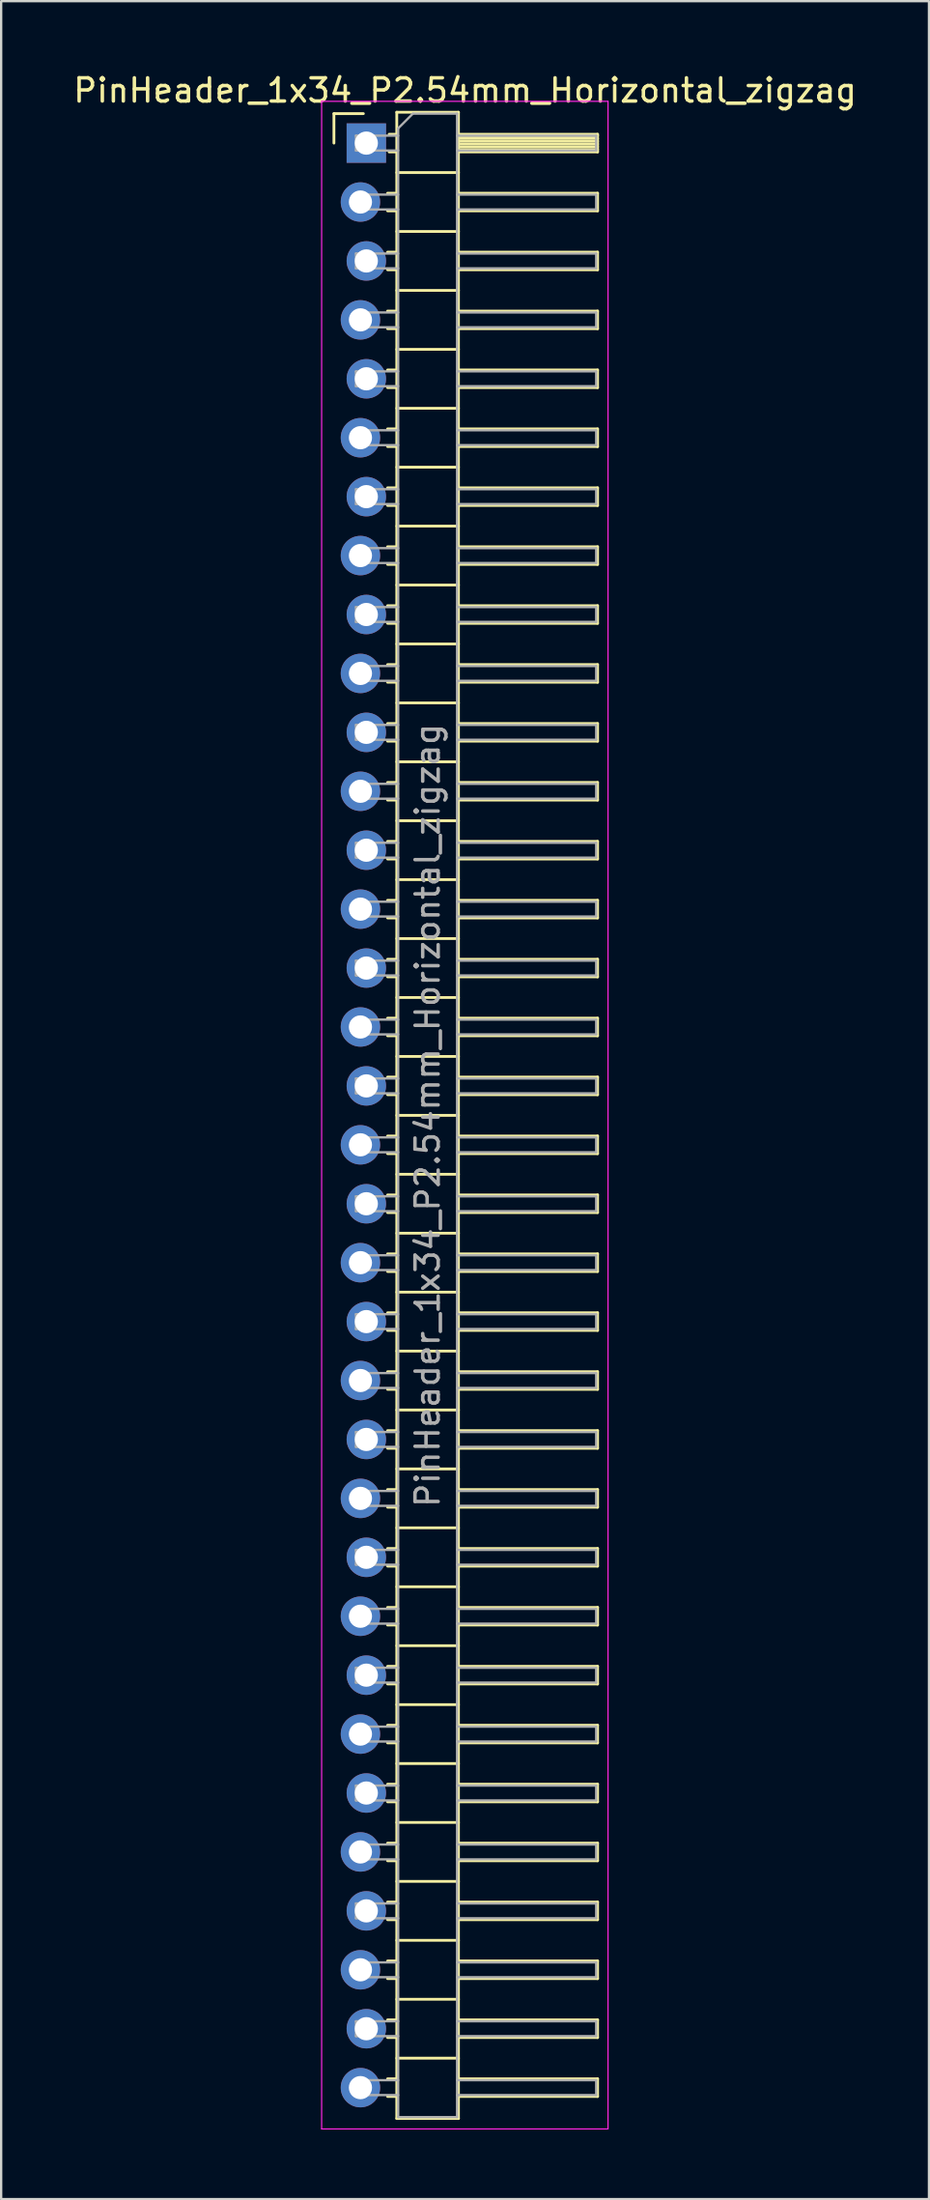
<source format=kicad_pcb>
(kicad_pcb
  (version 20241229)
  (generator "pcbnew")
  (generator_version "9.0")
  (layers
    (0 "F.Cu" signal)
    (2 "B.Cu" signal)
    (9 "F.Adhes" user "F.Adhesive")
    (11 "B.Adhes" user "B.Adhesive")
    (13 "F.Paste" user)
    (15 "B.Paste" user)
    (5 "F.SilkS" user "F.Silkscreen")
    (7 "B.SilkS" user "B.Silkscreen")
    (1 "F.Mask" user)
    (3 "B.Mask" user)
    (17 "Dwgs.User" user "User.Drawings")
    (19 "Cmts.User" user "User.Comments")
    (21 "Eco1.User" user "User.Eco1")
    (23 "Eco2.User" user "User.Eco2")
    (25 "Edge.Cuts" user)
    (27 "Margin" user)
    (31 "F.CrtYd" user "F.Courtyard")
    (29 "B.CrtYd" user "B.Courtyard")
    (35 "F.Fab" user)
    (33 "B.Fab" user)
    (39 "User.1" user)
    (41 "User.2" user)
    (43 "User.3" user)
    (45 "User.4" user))
  (footprint "PinHeader_1x34_P2.54mm_Horizontal_zigzag"
    (layer "F.Cu")
    (at 12.621 3.118)
    (property "Reference" "PinHeader_1x34_P2.54mm_Horizontal_zigzag" (at 4.385 -2.27 0) (layer "F.SilkS") (effects (font (size 1 1) (thickness 0.15))))
    (attr through_hole)
    (fp_line (start -1.27 -1.27) (end 0 -1.27) (stroke (width 0.12) (type solid)) (layer "F.SilkS"))
    (fp_line (start -1.27 0) (end -1.27 -1.27) (stroke (width 0.12) (type solid)) (layer "F.SilkS"))
    (fp_line (start 1.043 2.16) (end 1.44 2.16) (stroke (width 0.12) (type solid)) (layer "F.SilkS"))
    (fp_line (start 1.043 2.92) (end 1.44 2.92) (stroke (width 0.12) (type solid)) (layer "F.SilkS"))
    (fp_line (start 1.043 4.7) (end 1.44 4.7) (stroke (width 0.12) (type solid)) (layer "F.SilkS"))
    (fp_line (start 1.043 5.46) (end 1.44 5.46) (stroke (width 0.12) (type solid)) (layer "F.SilkS"))
    (fp_line (start 1.043 7.24) (end 1.44 7.24) (stroke (width 0.12) (type solid)) (layer "F.SilkS"))
    (fp_line (start 1.043 8) (end 1.44 8) (stroke (width 0.12) (type solid)) (layer "F.SilkS"))
    (fp_line (start 1.043 9.78) (end 1.44 9.78) (stroke (width 0.12) (type solid)) (layer "F.SilkS"))
    (fp_line (start 1.043 10.54) (end 1.44 10.54) (stroke (width 0.12) (type solid)) (layer "F.SilkS"))
    (fp_line (start 1.043 12.32) (end 1.44 12.32) (stroke (width 0.12) (type solid)) (layer "F.SilkS"))
    (fp_line (start 1.043 13.08) (end 1.44 13.08) (stroke (width 0.12) (type solid)) (layer "F.SilkS"))
    (fp_line (start 1.043 14.86) (end 1.44 14.86) (stroke (width 0.12) (type solid)) (layer "F.SilkS"))
    (fp_line (start 1.043 15.62) (end 1.44 15.62) (stroke (width 0.12) (type solid)) (layer "F.SilkS"))
    (fp_line (start 1.043 17.4) (end 1.44 17.4) (stroke (width 0.12) (type solid)) (layer "F.SilkS"))
    (fp_line (start 1.043 18.16) (end 1.44 18.16) (stroke (width 0.12) (type solid)) (layer "F.SilkS"))
    (fp_line (start 1.043 19.94) (end 1.44 19.94) (stroke (width 0.12) (type solid)) (layer "F.SilkS"))
    (fp_line (start 1.043 20.7) (end 1.44 20.7) (stroke (width 0.12) (type solid)) (layer "F.SilkS"))
    (fp_line (start 1.043 22.48) (end 1.44 22.48) (stroke (width 0.12) (type solid)) (layer "F.SilkS"))
    (fp_line (start 1.043 23.24) (end 1.44 23.24) (stroke (width 0.12) (type solid)) (layer "F.SilkS"))
    (fp_line (start 1.043 25.02) (end 1.44 25.02) (stroke (width 0.12) (type solid)) (layer "F.SilkS"))
    (fp_line (start 1.043 25.78) (end 1.44 25.78) (stroke (width 0.12) (type solid)) (layer "F.SilkS"))
    (fp_line (start 1.043 27.56) (end 1.44 27.56) (stroke (width 0.12) (type solid)) (layer "F.SilkS"))
    (fp_line (start 1.043 28.32) (end 1.44 28.32) (stroke (width 0.12) (type solid)) (layer "F.SilkS"))
    (fp_line (start 1.043 30.1) (end 1.44 30.1) (stroke (width 0.12) (type solid)) (layer "F.SilkS"))
    (fp_line (start 1.043 30.86) (end 1.44 30.86) (stroke (width 0.12) (type solid)) (layer "F.SilkS"))
    (fp_line (start 1.043 32.64) (end 1.44 32.64) (stroke (width 0.12) (type solid)) (layer "F.SilkS"))
    (fp_line (start 1.043 33.4) (end 1.44 33.4) (stroke (width 0.12) (type solid)) (layer "F.SilkS"))
    (fp_line (start 1.043 35.18) (end 1.44 35.18) (stroke (width 0.12) (type solid)) (layer "F.SilkS"))
    (fp_line (start 1.043 35.94) (end 1.44 35.94) (stroke (width 0.12) (type solid)) (layer "F.SilkS"))
    (fp_line (start 1.043 37.72) (end 1.44 37.72) (stroke (width 0.12) (type solid)) (layer "F.SilkS"))
    (fp_line (start 1.043 38.48) (end 1.44 38.48) (stroke (width 0.12) (type solid)) (layer "F.SilkS"))
    (fp_line (start 1.043 40.26) (end 1.44 40.26) (stroke (width 0.12) (type solid)) (layer "F.SilkS"))
    (fp_line (start 1.043 41.02) (end 1.44 41.02) (stroke (width 0.12) (type solid)) (layer "F.SilkS"))
    (fp_line (start 1.043 42.8) (end 1.44 42.8) (stroke (width 0.12) (type solid)) (layer "F.SilkS"))
    (fp_line (start 1.043 43.56) (end 1.44 43.56) (stroke (width 0.12) (type solid)) (layer "F.SilkS"))
    (fp_line (start 1.043 45.34) (end 1.44 45.34) (stroke (width 0.12) (type solid)) (layer "F.SilkS"))
    (fp_line (start 1.043 46.1) (end 1.44 46.1) (stroke (width 0.12) (type solid)) (layer "F.SilkS"))
    (fp_line (start 1.043 47.88) (end 1.44 47.88) (stroke (width 0.12) (type solid)) (layer "F.SilkS"))
    (fp_line (start 1.043 48.64) (end 1.44 48.64) (stroke (width 0.12) (type solid)) (layer "F.SilkS"))
    (fp_line (start 1.043 50.42) (end 1.44 50.42) (stroke (width 0.12) (type solid)) (layer "F.SilkS"))
    (fp_line (start 1.043 51.18) (end 1.44 51.18) (stroke (width 0.12) (type solid)) (layer "F.SilkS"))
    (fp_line (start 1.043 52.96) (end 1.44 52.96) (stroke (width 0.12) (type solid)) (layer "F.SilkS"))
    (fp_line (start 1.043 53.72) (end 1.44 53.72) (stroke (width 0.12) (type solid)) (layer "F.SilkS"))
    (fp_line (start 1.043 55.5) (end 1.44 55.5) (stroke (width 0.12) (type solid)) (layer "F.SilkS"))
    (fp_line (start 1.043 56.26) (end 1.44 56.26) (stroke (width 0.12) (type solid)) (layer "F.SilkS"))
    (fp_line (start 1.043 58.04) (end 1.44 58.04) (stroke (width 0.12) (type solid)) (layer "F.SilkS"))
    (fp_line (start 1.043 58.8) (end 1.44 58.8) (stroke (width 0.12) (type solid)) (layer "F.SilkS"))
    (fp_line (start 1.043 60.58) (end 1.44 60.58) (stroke (width 0.12) (type solid)) (layer "F.SilkS"))
    (fp_line (start 1.043 61.34) (end 1.44 61.34) (stroke (width 0.12) (type solid)) (layer "F.SilkS"))
    (fp_line (start 1.043 63.12) (end 1.44 63.12) (stroke (width 0.12) (type solid)) (layer "F.SilkS"))
    (fp_line (start 1.043 63.88) (end 1.44 63.88) (stroke (width 0.12) (type solid)) (layer "F.SilkS"))
    (fp_line (start 1.043 65.66) (end 1.44 65.66) (stroke (width 0.12) (type solid)) (layer "F.SilkS"))
    (fp_line (start 1.043 66.42) (end 1.44 66.42) (stroke (width 0.12) (type solid)) (layer "F.SilkS"))
    (fp_line (start 1.043 68.2) (end 1.44 68.2) (stroke (width 0.12) (type solid)) (layer "F.SilkS"))
    (fp_line (start 1.043 68.96) (end 1.44 68.96) (stroke (width 0.12) (type solid)) (layer "F.SilkS"))
    (fp_line (start 1.043 70.74) (end 1.44 70.74) (stroke (width 0.12) (type solid)) (layer "F.SilkS"))
    (fp_line (start 1.043 71.5) (end 1.44 71.5) (stroke (width 0.12) (type solid)) (layer "F.SilkS"))
    (fp_line (start 1.043 73.28) (end 1.44 73.28) (stroke (width 0.12) (type solid)) (layer "F.SilkS"))
    (fp_line (start 1.043 74.04) (end 1.44 74.04) (stroke (width 0.12) (type solid)) (layer "F.SilkS"))
    (fp_line (start 1.043 75.82) (end 1.44 75.82) (stroke (width 0.12) (type solid)) (layer "F.SilkS"))
    (fp_line (start 1.043 76.58) (end 1.44 76.58) (stroke (width 0.12) (type solid)) (layer "F.SilkS"))
    (fp_line (start 1.043 78.36) (end 1.44 78.36) (stroke (width 0.12) (type solid)) (layer "F.SilkS"))
    (fp_line (start 1.043 79.12) (end 1.44 79.12) (stroke (width 0.12) (type solid)) (layer "F.SilkS"))
    (fp_line (start 1.043 80.9) (end 1.44 80.9) (stroke (width 0.12) (type solid)) (layer "F.SilkS"))
    (fp_line (start 1.043 81.66) (end 1.44 81.66) (stroke (width 0.12) (type solid)) (layer "F.SilkS"))
    (fp_line (start 1.043 83.44) (end 1.44 83.44) (stroke (width 0.12) (type solid)) (layer "F.SilkS"))
    (fp_line (start 1.043 84.2) (end 1.44 84.2) (stroke (width 0.12) (type solid)) (layer "F.SilkS"))
    (fp_line (start 1.11 -0.38) (end 1.44 -0.38) (stroke (width 0.12) (type solid)) (layer "F.SilkS"))
    (fp_line (start 1.11 0.38) (end 1.44 0.38) (stroke (width 0.12) (type solid)) (layer "F.SilkS"))
    (fp_line (start 1.44 -1.33) (end 1.44 85.15) (stroke (width 0.12) (type solid)) (layer "F.SilkS"))
    (fp_line (start 1.44 1.27) (end 4.1 1.27) (stroke (width 0.12) (type solid)) (layer "F.SilkS"))
    (fp_line (start 1.44 3.81) (end 4.1 3.81) (stroke (width 0.12) (type solid)) (layer "F.SilkS"))
    (fp_line (start 1.44 6.35) (end 4.1 6.35) (stroke (width 0.12) (type solid)) (layer "F.SilkS"))
    (fp_line (start 1.44 8.89) (end 4.1 8.89) (stroke (width 0.12) (type solid)) (layer "F.SilkS"))
    (fp_line (start 1.44 11.43) (end 4.1 11.43) (stroke (width 0.12) (type solid)) (layer "F.SilkS"))
    (fp_line (start 1.44 13.97) (end 4.1 13.97) (stroke (width 0.12) (type solid)) (layer "F.SilkS"))
    (fp_line (start 1.44 16.51) (end 4.1 16.51) (stroke (width 0.12) (type solid)) (layer "F.SilkS"))
    (fp_line (start 1.44 19.05) (end 4.1 19.05) (stroke (width 0.12) (type solid)) (layer "F.SilkS"))
    (fp_line (start 1.44 21.59) (end 4.1 21.59) (stroke (width 0.12) (type solid)) (layer "F.SilkS"))
    (fp_line (start 1.44 24.13) (end 4.1 24.13) (stroke (width 0.12) (type solid)) (layer "F.SilkS"))
    (fp_line (start 1.44 26.67) (end 4.1 26.67) (stroke (width 0.12) (type solid)) (layer "F.SilkS"))
    (fp_line (start 1.44 29.21) (end 4.1 29.21) (stroke (width 0.12) (type solid)) (layer "F.SilkS"))
    (fp_line (start 1.44 31.75) (end 4.1 31.75) (stroke (width 0.12) (type solid)) (layer "F.SilkS"))
    (fp_line (start 1.44 34.29) (end 4.1 34.29) (stroke (width 0.12) (type solid)) (layer "F.SilkS"))
    (fp_line (start 1.44 36.83) (end 4.1 36.83) (stroke (width 0.12) (type solid)) (layer "F.SilkS"))
    (fp_line (start 1.44 39.37) (end 4.1 39.37) (stroke (width 0.12) (type solid)) (layer "F.SilkS"))
    (fp_line (start 1.44 41.91) (end 4.1 41.91) (stroke (width 0.12) (type solid)) (layer "F.SilkS"))
    (fp_line (start 1.44 44.45) (end 4.1 44.45) (stroke (width 0.12) (type solid)) (layer "F.SilkS"))
    (fp_line (start 1.44 46.99) (end 4.1 46.99) (stroke (width 0.12) (type solid)) (layer "F.SilkS"))
    (fp_line (start 1.44 49.53) (end 4.1 49.53) (stroke (width 0.12) (type solid)) (layer "F.SilkS"))
    (fp_line (start 1.44 52.07) (end 4.1 52.07) (stroke (width 0.12) (type solid)) (layer "F.SilkS"))
    (fp_line (start 1.44 54.61) (end 4.1 54.61) (stroke (width 0.12) (type solid)) (layer "F.SilkS"))
    (fp_line (start 1.44 57.15) (end 4.1 57.15) (stroke (width 0.12) (type solid)) (layer "F.SilkS"))
    (fp_line (start 1.44 59.69) (end 4.1 59.69) (stroke (width 0.12) (type solid)) (layer "F.SilkS"))
    (fp_line (start 1.44 62.23) (end 4.1 62.23) (stroke (width 0.12) (type solid)) (layer "F.SilkS"))
    (fp_line (start 1.44 64.77) (end 4.1 64.77) (stroke (width 0.12) (type solid)) (layer "F.SilkS"))
    (fp_line (start 1.44 67.31) (end 4.1 67.31) (stroke (width 0.12) (type solid)) (layer "F.SilkS"))
    (fp_line (start 1.44 69.85) (end 4.1 69.85) (stroke (width 0.12) (type solid)) (layer "F.SilkS"))
    (fp_line (start 1.44 72.39) (end 4.1 72.39) (stroke (width 0.12) (type solid)) (layer "F.SilkS"))
    (fp_line (start 1.44 74.93) (end 4.1 74.93) (stroke (width 0.12) (type solid)) (layer "F.SilkS"))
    (fp_line (start 1.44 77.47) (end 4.1 77.47) (stroke (width 0.12) (type solid)) (layer "F.SilkS"))
    (fp_line (start 1.44 80.01) (end 4.1 80.01) (stroke (width 0.12) (type solid)) (layer "F.SilkS"))
    (fp_line (start 1.44 82.55) (end 4.1 82.55) (stroke (width 0.12) (type solid)) (layer "F.SilkS"))
    (fp_line (start 1.44 85.15) (end 4.1 85.15) (stroke (width 0.12) (type solid)) (layer "F.SilkS"))
    (fp_line (start 4.1 -1.33) (end 1.44 -1.33) (stroke (width 0.12) (type solid)) (layer "F.SilkS"))
    (fp_line (start 4.1 -0.38) (end 10.1 -0.38) (stroke (width 0.12) (type solid)) (layer "F.SilkS"))
    (fp_line (start 4.1 -0.32) (end 10.1 -0.32) (stroke (width 0.12) (type solid)) (layer "F.SilkS"))
    (fp_line (start 4.1 -0.2) (end 10.1 -0.2) (stroke (width 0.12) (type solid)) (layer "F.SilkS"))
    (fp_line (start 4.1 -0.08) (end 10.1 -0.08) (stroke (width 0.12) (type solid)) (layer "F.SilkS"))
    (fp_line (start 4.1 0.04) (end 10.1 0.04) (stroke (width 0.12) (type solid)) (layer "F.SilkS"))
    (fp_line (start 4.1 0.16) (end 10.1 0.16) (stroke (width 0.12) (type solid)) (layer "F.SilkS"))
    (fp_line (start 4.1 0.28) (end 10.1 0.28) (stroke (width 0.12) (type solid)) (layer "F.SilkS"))
    (fp_line (start 4.1 2.16) (end 10.1 2.16) (stroke (width 0.12) (type solid)) (layer "F.SilkS"))
    (fp_line (start 4.1 4.7) (end 10.1 4.7) (stroke (width 0.12) (type solid)) (layer "F.SilkS"))
    (fp_line (start 4.1 7.24) (end 10.1 7.24) (stroke (width 0.12) (type solid)) (layer "F.SilkS"))
    (fp_line (start 4.1 9.78) (end 10.1 9.78) (stroke (width 0.12) (type solid)) (layer "F.SilkS"))
    (fp_line (start 4.1 12.32) (end 10.1 12.32) (stroke (width 0.12) (type solid)) (layer "F.SilkS"))
    (fp_line (start 4.1 14.86) (end 10.1 14.86) (stroke (width 0.12) (type solid)) (layer "F.SilkS"))
    (fp_line (start 4.1 17.4) (end 10.1 17.4) (stroke (width 0.12) (type solid)) (layer "F.SilkS"))
    (fp_line (start 4.1 19.94) (end 10.1 19.94) (stroke (width 0.12) (type solid)) (layer "F.SilkS"))
    (fp_line (start 4.1 22.48) (end 10.1 22.48) (stroke (width 0.12) (type solid)) (layer "F.SilkS"))
    (fp_line (start 4.1 25.02) (end 10.1 25.02) (stroke (width 0.12) (type solid)) (layer "F.SilkS"))
    (fp_line (start 4.1 27.56) (end 10.1 27.56) (stroke (width 0.12) (type solid)) (layer "F.SilkS"))
    (fp_line (start 4.1 30.1) (end 10.1 30.1) (stroke (width 0.12) (type solid)) (layer "F.SilkS"))
    (fp_line (start 4.1 32.64) (end 10.1 32.64) (stroke (width 0.12) (type solid)) (layer "F.SilkS"))
    (fp_line (start 4.1 35.18) (end 10.1 35.18) (stroke (width 0.12) (type solid)) (layer "F.SilkS"))
    (fp_line (start 4.1 37.72) (end 10.1 37.72) (stroke (width 0.12) (type solid)) (layer "F.SilkS"))
    (fp_line (start 4.1 40.26) (end 10.1 40.26) (stroke (width 0.12) (type solid)) (layer "F.SilkS"))
    (fp_line (start 4.1 42.8) (end 10.1 42.8) (stroke (width 0.12) (type solid)) (layer "F.SilkS"))
    (fp_line (start 4.1 45.34) (end 10.1 45.34) (stroke (width 0.12) (type solid)) (layer "F.SilkS"))
    (fp_line (start 4.1 47.88) (end 10.1 47.88) (stroke (width 0.12) (type solid)) (layer "F.SilkS"))
    (fp_line (start 4.1 50.42) (end 10.1 50.42) (stroke (width 0.12) (type solid)) (layer "F.SilkS"))
    (fp_line (start 4.1 52.96) (end 10.1 52.96) (stroke (width 0.12) (type solid)) (layer "F.SilkS"))
    (fp_line (start 4.1 55.5) (end 10.1 55.5) (stroke (width 0.12) (type solid)) (layer "F.SilkS"))
    (fp_line (start 4.1 58.04) (end 10.1 58.04) (stroke (width 0.12) (type solid)) (layer "F.SilkS"))
    (fp_line (start 4.1 60.58) (end 10.1 60.58) (stroke (width 0.12) (type solid)) (layer "F.SilkS"))
    (fp_line (start 4.1 63.12) (end 10.1 63.12) (stroke (width 0.12) (type solid)) (layer "F.SilkS"))
    (fp_line (start 4.1 65.66) (end 10.1 65.66) (stroke (width 0.12) (type solid)) (layer "F.SilkS"))
    (fp_line (start 4.1 68.2) (end 10.1 68.2) (stroke (width 0.12) (type solid)) (layer "F.SilkS"))
    (fp_line (start 4.1 70.74) (end 10.1 70.74) (stroke (width 0.12) (type solid)) (layer "F.SilkS"))
    (fp_line (start 4.1 73.28) (end 10.1 73.28) (stroke (width 0.12) (type solid)) (layer "F.SilkS"))
    (fp_line (start 4.1 75.82) (end 10.1 75.82) (stroke (width 0.12) (type solid)) (layer "F.SilkS"))
    (fp_line (start 4.1 78.36) (end 10.1 78.36) (stroke (width 0.12) (type solid)) (layer "F.SilkS"))
    (fp_line (start 4.1 80.9) (end 10.1 80.9) (stroke (width 0.12) (type solid)) (layer "F.SilkS"))
    (fp_line (start 4.1 83.44) (end 10.1 83.44) (stroke (width 0.12) (type solid)) (layer "F.SilkS"))
    (fp_line (start 4.1 85.15) (end 4.1 -1.33) (stroke (width 0.12) (type solid)) (layer "F.SilkS"))
    (fp_line (start 10.1 -0.38) (end 10.1 0.38) (stroke (width 0.12) (type solid)) (layer "F.SilkS"))
    (fp_line (start 10.1 0.38) (end 4.1 0.38) (stroke (width 0.12) (type solid)) (layer "F.SilkS"))
    (fp_line (start 10.1 2.16) (end 10.1 2.92) (stroke (width 0.12) (type solid)) (layer "F.SilkS"))
    (fp_line (start 10.1 2.92) (end 4.1 2.92) (stroke (width 0.12) (type solid)) (layer "F.SilkS"))
    (fp_line (start 10.1 4.7) (end 10.1 5.46) (stroke (width 0.12) (type solid)) (layer "F.SilkS"))
    (fp_line (start 10.1 5.46) (end 4.1 5.46) (stroke (width 0.12) (type solid)) (layer "F.SilkS"))
    (fp_line (start 10.1 7.24) (end 10.1 8) (stroke (width 0.12) (type solid)) (layer "F.SilkS"))
    (fp_line (start 10.1 8) (end 4.1 8) (stroke (width 0.12) (type solid)) (layer "F.SilkS"))
    (fp_line (start 10.1 9.78) (end 10.1 10.54) (stroke (width 0.12) (type solid)) (layer "F.SilkS"))
    (fp_line (start 10.1 10.54) (end 4.1 10.54) (stroke (width 0.12) (type solid)) (layer "F.SilkS"))
    (fp_line (start 10.1 12.32) (end 10.1 13.08) (stroke (width 0.12) (type solid)) (layer "F.SilkS"))
    (fp_line (start 10.1 13.08) (end 4.1 13.08) (stroke (width 0.12) (type solid)) (layer "F.SilkS"))
    (fp_line (start 10.1 14.86) (end 10.1 15.62) (stroke (width 0.12) (type solid)) (layer "F.SilkS"))
    (fp_line (start 10.1 15.62) (end 4.1 15.62) (stroke (width 0.12) (type solid)) (layer "F.SilkS"))
    (fp_line (start 10.1 17.4) (end 10.1 18.16) (stroke (width 0.12) (type solid)) (layer "F.SilkS"))
    (fp_line (start 10.1 18.16) (end 4.1 18.16) (stroke (width 0.12) (type solid)) (layer "F.SilkS"))
    (fp_line (start 10.1 19.94) (end 10.1 20.7) (stroke (width 0.12) (type solid)) (layer "F.SilkS"))
    (fp_line (start 10.1 20.7) (end 4.1 20.7) (stroke (width 0.12) (type solid)) (layer "F.SilkS"))
    (fp_line (start 10.1 22.48) (end 10.1 23.24) (stroke (width 0.12) (type solid)) (layer "F.SilkS"))
    (fp_line (start 10.1 23.24) (end 4.1 23.24) (stroke (width 0.12) (type solid)) (layer "F.SilkS"))
    (fp_line (start 10.1 25.02) (end 10.1 25.78) (stroke (width 0.12) (type solid)) (layer "F.SilkS"))
    (fp_line (start 10.1 25.78) (end 4.1 25.78) (stroke (width 0.12) (type solid)) (layer "F.SilkS"))
    (fp_line (start 10.1 27.56) (end 10.1 28.32) (stroke (width 0.12) (type solid)) (layer "F.SilkS"))
    (fp_line (start 10.1 28.32) (end 4.1 28.32) (stroke (width 0.12) (type solid)) (layer "F.SilkS"))
    (fp_line (start 10.1 30.1) (end 10.1 30.86) (stroke (width 0.12) (type solid)) (layer "F.SilkS"))
    (fp_line (start 10.1 30.86) (end 4.1 30.86) (stroke (width 0.12) (type solid)) (layer "F.SilkS"))
    (fp_line (start 10.1 32.64) (end 10.1 33.4) (stroke (width 0.12) (type solid)) (layer "F.SilkS"))
    (fp_line (start 10.1 33.4) (end 4.1 33.4) (stroke (width 0.12) (type solid)) (layer "F.SilkS"))
    (fp_line (start 10.1 35.18) (end 10.1 35.94) (stroke (width 0.12) (type solid)) (layer "F.SilkS"))
    (fp_line (start 10.1 35.94) (end 4.1 35.94) (stroke (width 0.12) (type solid)) (layer "F.SilkS"))
    (fp_line (start 10.1 37.72) (end 10.1 38.48) (stroke (width 0.12) (type solid)) (layer "F.SilkS"))
    (fp_line (start 10.1 38.48) (end 4.1 38.48) (stroke (width 0.12) (type solid)) (layer "F.SilkS"))
    (fp_line (start 10.1 40.26) (end 10.1 41.02) (stroke (width 0.12) (type solid)) (layer "F.SilkS"))
    (fp_line (start 10.1 41.02) (end 4.1 41.02) (stroke (width 0.12) (type solid)) (layer "F.SilkS"))
    (fp_line (start 10.1 42.8) (end 10.1 43.56) (stroke (width 0.12) (type solid)) (layer "F.SilkS"))
    (fp_line (start 10.1 43.56) (end 4.1 43.56) (stroke (width 0.12) (type solid)) (layer "F.SilkS"))
    (fp_line (start 10.1 45.34) (end 10.1 46.1) (stroke (width 0.12) (type solid)) (layer "F.SilkS"))
    (fp_line (start 10.1 46.1) (end 4.1 46.1) (stroke (width 0.12) (type solid)) (layer "F.SilkS"))
    (fp_line (start 10.1 47.88) (end 10.1 48.64) (stroke (width 0.12) (type solid)) (layer "F.SilkS"))
    (fp_line (start 10.1 48.64) (end 4.1 48.64) (stroke (width 0.12) (type solid)) (layer "F.SilkS"))
    (fp_line (start 10.1 50.42) (end 10.1 51.18) (stroke (width 0.12) (type solid)) (layer "F.SilkS"))
    (fp_line (start 10.1 51.18) (end 4.1 51.18) (stroke (width 0.12) (type solid)) (layer "F.SilkS"))
    (fp_line (start 10.1 52.96) (end 10.1 53.72) (stroke (width 0.12) (type solid)) (layer "F.SilkS"))
    (fp_line (start 10.1 53.72) (end 4.1 53.72) (stroke (width 0.12) (type solid)) (layer "F.SilkS"))
    (fp_line (start 10.1 55.5) (end 10.1 56.26) (stroke (width 0.12) (type solid)) (layer "F.SilkS"))
    (fp_line (start 10.1 56.26) (end 4.1 56.26) (stroke (width 0.12) (type solid)) (layer "F.SilkS"))
    (fp_line (start 10.1 58.04) (end 10.1 58.8) (stroke (width 0.12) (type solid)) (layer "F.SilkS"))
    (fp_line (start 10.1 58.8) (end 4.1 58.8) (stroke (width 0.12) (type solid)) (layer "F.SilkS"))
    (fp_line (start 10.1 60.58) (end 10.1 61.34) (stroke (width 0.12) (type solid)) (layer "F.SilkS"))
    (fp_line (start 10.1 61.34) (end 4.1 61.34) (stroke (width 0.12) (type solid)) (layer "F.SilkS"))
    (fp_line (start 10.1 63.12) (end 10.1 63.88) (stroke (width 0.12) (type solid)) (layer "F.SilkS"))
    (fp_line (start 10.1 63.88) (end 4.1 63.88) (stroke (width 0.12) (type solid)) (layer "F.SilkS"))
    (fp_line (start 10.1 65.66) (end 10.1 66.42) (stroke (width 0.12) (type solid)) (layer "F.SilkS"))
    (fp_line (start 10.1 66.42) (end 4.1 66.42) (stroke (width 0.12) (type solid)) (layer "F.SilkS"))
    (fp_line (start 10.1 68.2) (end 10.1 68.96) (stroke (width 0.12) (type solid)) (layer "F.SilkS"))
    (fp_line (start 10.1 68.96) (end 4.1 68.96) (stroke (width 0.12) (type solid)) (layer "F.SilkS"))
    (fp_line (start 10.1 70.74) (end 10.1 71.5) (stroke (width 0.12) (type solid)) (layer "F.SilkS"))
    (fp_line (start 10.1 71.5) (end 4.1 71.5) (stroke (width 0.12) (type solid)) (layer "F.SilkS"))
    (fp_line (start 10.1 73.28) (end 10.1 74.04) (stroke (width 0.12) (type solid)) (layer "F.SilkS"))
    (fp_line (start 10.1 74.04) (end 4.1 74.04) (stroke (width 0.12) (type solid)) (layer "F.SilkS"))
    (fp_line (start 10.1 75.82) (end 10.1 76.58) (stroke (width 0.12) (type solid)) (layer "F.SilkS"))
    (fp_line (start 10.1 76.58) (end 4.1 76.58) (stroke (width 0.12) (type solid)) (layer "F.SilkS"))
    (fp_line (start 10.1 78.36) (end 10.1 79.12) (stroke (width 0.12) (type solid)) (layer "F.SilkS"))
    (fp_line (start 10.1 79.12) (end 4.1 79.12) (stroke (width 0.12) (type solid)) (layer "F.SilkS"))
    (fp_line (start 10.1 80.9) (end 10.1 81.66) (stroke (width 0.12) (type solid)) (layer "F.SilkS"))
    (fp_line (start 10.1 81.66) (end 4.1 81.66) (stroke (width 0.12) (type solid)) (layer "F.SilkS"))
    (fp_line (start 10.1 83.44) (end 10.1 84.2) (stroke (width 0.12) (type solid)) (layer "F.SilkS"))
    (fp_line (start 10.1 84.2) (end 4.1 84.2) (stroke (width 0.12) (type solid)) (layer "F.SilkS"))
    (fp_line (start -1.8 -1.8) (end -1.8 85.6) (stroke (width 0.05) (type solid)) (layer "F.CrtYd"))
    (fp_line (start -1.8 85.6) (end 10.55 85.6) (stroke (width 0.05) (type solid)) (layer "F.CrtYd"))
    (fp_line (start 10.55 -1.8) (end -1.8 -1.8) (stroke (width 0.05) (type solid)) (layer "F.CrtYd"))
    (fp_line (start 10.55 85.6) (end 10.55 -1.8) (stroke (width 0.05) (type solid)) (layer "F.CrtYd"))
    (fp_line (start -0.32 -0.32) (end -0.32 0.32) (stroke (width 0.1) (type solid)) (layer "F.Fab"))
    (fp_line (start -0.32 -0.32) (end 1.5 -0.32) (stroke (width 0.1) (type solid)) (layer "F.Fab"))
    (fp_line (start -0.32 0.32) (end 1.5 0.32) (stroke (width 0.1) (type solid)) (layer "F.Fab"))
    (fp_line (start -0.32 2.22) (end -0.32 2.86) (stroke (width 0.1) (type solid)) (layer "F.Fab"))
    (fp_line (start -0.32 2.22) (end 1.5 2.22) (stroke (width 0.1) (type solid)) (layer "F.Fab"))
    (fp_line (start -0.32 2.86) (end 1.5 2.86) (stroke (width 0.1) (type solid)) (layer "F.Fab"))
    (fp_line (start -0.32 4.76) (end -0.32 5.4) (stroke (width 0.1) (type solid)) (layer "F.Fab"))
    (fp_line (start -0.32 4.76) (end 1.5 4.76) (stroke (width 0.1) (type solid)) (layer "F.Fab"))
    (fp_line (start -0.32 5.4) (end 1.5 5.4) (stroke (width 0.1) (type solid)) (layer "F.Fab"))
    (fp_line (start -0.32 7.3) (end -0.32 7.94) (stroke (width 0.1) (type solid)) (layer "F.Fab"))
    (fp_line (start -0.32 7.3) (end 1.5 7.3) (stroke (width 0.1) (type solid)) (layer "F.Fab"))
    (fp_line (start -0.32 7.94) (end 1.5 7.94) (stroke (width 0.1) (type solid)) (layer "F.Fab"))
    (fp_line (start -0.32 9.84) (end -0.32 10.48) (stroke (width 0.1) (type solid)) (layer "F.Fab"))
    (fp_line (start -0.32 9.84) (end 1.5 9.84) (stroke (width 0.1) (type solid)) (layer "F.Fab"))
    (fp_line (start -0.32 10.48) (end 1.5 10.48) (stroke (width 0.1) (type solid)) (layer "F.Fab"))
    (fp_line (start -0.32 12.38) (end -0.32 13.02) (stroke (width 0.1) (type solid)) (layer "F.Fab"))
    (fp_line (start -0.32 12.38) (end 1.5 12.38) (stroke (width 0.1) (type solid)) (layer "F.Fab"))
    (fp_line (start -0.32 13.02) (end 1.5 13.02) (stroke (width 0.1) (type solid)) (layer "F.Fab"))
    (fp_line (start -0.32 14.92) (end -0.32 15.56) (stroke (width 0.1) (type solid)) (layer "F.Fab"))
    (fp_line (start -0.32 14.92) (end 1.5 14.92) (stroke (width 0.1) (type solid)) (layer "F.Fab"))
    (fp_line (start -0.32 15.56) (end 1.5 15.56) (stroke (width 0.1) (type solid)) (layer "F.Fab"))
    (fp_line (start -0.32 17.46) (end -0.32 18.1) (stroke (width 0.1) (type solid)) (layer "F.Fab"))
    (fp_line (start -0.32 17.46) (end 1.5 17.46) (stroke (width 0.1) (type solid)) (layer "F.Fab"))
    (fp_line (start -0.32 18.1) (end 1.5 18.1) (stroke (width 0.1) (type solid)) (layer "F.Fab"))
    (fp_line (start -0.32 20) (end -0.32 20.64) (stroke (width 0.1) (type solid)) (layer "F.Fab"))
    (fp_line (start -0.32 20) (end 1.5 20) (stroke (width 0.1) (type solid)) (layer "F.Fab"))
    (fp_line (start -0.32 20.64) (end 1.5 20.64) (stroke (width 0.1) (type solid)) (layer "F.Fab"))
    (fp_line (start -0.32 22.54) (end -0.32 23.18) (stroke (width 0.1) (type solid)) (layer "F.Fab"))
    (fp_line (start -0.32 22.54) (end 1.5 22.54) (stroke (width 0.1) (type solid)) (layer "F.Fab"))
    (fp_line (start -0.32 23.18) (end 1.5 23.18) (stroke (width 0.1) (type solid)) (layer "F.Fab"))
    (fp_line (start -0.32 25.08) (end -0.32 25.72) (stroke (width 0.1) (type solid)) (layer "F.Fab"))
    (fp_line (start -0.32 25.08) (end 1.5 25.08) (stroke (width 0.1) (type solid)) (layer "F.Fab"))
    (fp_line (start -0.32 25.72) (end 1.5 25.72) (stroke (width 0.1) (type solid)) (layer "F.Fab"))
    (fp_line (start -0.32 27.62) (end -0.32 28.26) (stroke (width 0.1) (type solid)) (layer "F.Fab"))
    (fp_line (start -0.32 27.62) (end 1.5 27.62) (stroke (width 0.1) (type solid)) (layer "F.Fab"))
    (fp_line (start -0.32 28.26) (end 1.5 28.26) (stroke (width 0.1) (type solid)) (layer "F.Fab"))
    (fp_line (start -0.32 30.16) (end -0.32 30.8) (stroke (width 0.1) (type solid)) (layer "F.Fab"))
    (fp_line (start -0.32 30.16) (end 1.5 30.16) (stroke (width 0.1) (type solid)) (layer "F.Fab"))
    (fp_line (start -0.32 30.8) (end 1.5 30.8) (stroke (width 0.1) (type solid)) (layer "F.Fab"))
    (fp_line (start -0.32 32.7) (end -0.32 33.34) (stroke (width 0.1) (type solid)) (layer "F.Fab"))
    (fp_line (start -0.32 32.7) (end 1.5 32.7) (stroke (width 0.1) (type solid)) (layer "F.Fab"))
    (fp_line (start -0.32 33.34) (end 1.5 33.34) (stroke (width 0.1) (type solid)) (layer "F.Fab"))
    (fp_line (start -0.32 35.24) (end -0.32 35.88) (stroke (width 0.1) (type solid)) (layer "F.Fab"))
    (fp_line (start -0.32 35.24) (end 1.5 35.24) (stroke (width 0.1) (type solid)) (layer "F.Fab"))
    (fp_line (start -0.32 35.88) (end 1.5 35.88) (stroke (width 0.1) (type solid)) (layer "F.Fab"))
    (fp_line (start -0.32 37.78) (end -0.32 38.42) (stroke (width 0.1) (type solid)) (layer "F.Fab"))
    (fp_line (start -0.32 37.78) (end 1.5 37.78) (stroke (width 0.1) (type solid)) (layer "F.Fab"))
    (fp_line (start -0.32 38.42) (end 1.5 38.42) (stroke (width 0.1) (type solid)) (layer "F.Fab"))
    (fp_line (start -0.32 40.32) (end -0.32 40.96) (stroke (width 0.1) (type solid)) (layer "F.Fab"))
    (fp_line (start -0.32 40.32) (end 1.5 40.32) (stroke (width 0.1) (type solid)) (layer "F.Fab"))
    (fp_line (start -0.32 40.96) (end 1.5 40.96) (stroke (width 0.1) (type solid)) (layer "F.Fab"))
    (fp_line (start -0.32 42.86) (end -0.32 43.5) (stroke (width 0.1) (type solid)) (layer "F.Fab"))
    (fp_line (start -0.32 42.86) (end 1.5 42.86) (stroke (width 0.1) (type solid)) (layer "F.Fab"))
    (fp_line (start -0.32 43.5) (end 1.5 43.5) (stroke (width 0.1) (type solid)) (layer "F.Fab"))
    (fp_line (start -0.32 45.4) (end -0.32 46.04) (stroke (width 0.1) (type solid)) (layer "F.Fab"))
    (fp_line (start -0.32 45.4) (end 1.5 45.4) (stroke (width 0.1) (type solid)) (layer "F.Fab"))
    (fp_line (start -0.32 46.04) (end 1.5 46.04) (stroke (width 0.1) (type solid)) (layer "F.Fab"))
    (fp_line (start -0.32 47.94) (end -0.32 48.58) (stroke (width 0.1) (type solid)) (layer "F.Fab"))
    (fp_line (start -0.32 47.94) (end 1.5 47.94) (stroke (width 0.1) (type solid)) (layer "F.Fab"))
    (fp_line (start -0.32 48.58) (end 1.5 48.58) (stroke (width 0.1) (type solid)) (layer "F.Fab"))
    (fp_line (start -0.32 50.48) (end -0.32 51.12) (stroke (width 0.1) (type solid)) (layer "F.Fab"))
    (fp_line (start -0.32 50.48) (end 1.5 50.48) (stroke (width 0.1) (type solid)) (layer "F.Fab"))
    (fp_line (start -0.32 51.12) (end 1.5 51.12) (stroke (width 0.1) (type solid)) (layer "F.Fab"))
    (fp_line (start -0.32 53.02) (end -0.32 53.66) (stroke (width 0.1) (type solid)) (layer "F.Fab"))
    (fp_line (start -0.32 53.02) (end 1.5 53.02) (stroke (width 0.1) (type solid)) (layer "F.Fab"))
    (fp_line (start -0.32 53.66) (end 1.5 53.66) (stroke (width 0.1) (type solid)) (layer "F.Fab"))
    (fp_line (start -0.32 55.56) (end -0.32 56.2) (stroke (width 0.1) (type solid)) (layer "F.Fab"))
    (fp_line (start -0.32 55.56) (end 1.5 55.56) (stroke (width 0.1) (type solid)) (layer "F.Fab"))
    (fp_line (start -0.32 56.2) (end 1.5 56.2) (stroke (width 0.1) (type solid)) (layer "F.Fab"))
    (fp_line (start -0.32 58.1) (end -0.32 58.74) (stroke (width 0.1) (type solid)) (layer "F.Fab"))
    (fp_line (start -0.32 58.1) (end 1.5 58.1) (stroke (width 0.1) (type solid)) (layer "F.Fab"))
    (fp_line (start -0.32 58.74) (end 1.5 58.74) (stroke (width 0.1) (type solid)) (layer "F.Fab"))
    (fp_line (start -0.32 60.64) (end -0.32 61.28) (stroke (width 0.1) (type solid)) (layer "F.Fab"))
    (fp_line (start -0.32 60.64) (end 1.5 60.64) (stroke (width 0.1) (type solid)) (layer "F.Fab"))
    (fp_line (start -0.32 61.28) (end 1.5 61.28) (stroke (width 0.1) (type solid)) (layer "F.Fab"))
    (fp_line (start -0.32 63.18) (end -0.32 63.82) (stroke (width 0.1) (type solid)) (layer "F.Fab"))
    (fp_line (start -0.32 63.18) (end 1.5 63.18) (stroke (width 0.1) (type solid)) (layer "F.Fab"))
    (fp_line (start -0.32 63.82) (end 1.5 63.82) (stroke (width 0.1) (type solid)) (layer "F.Fab"))
    (fp_line (start -0.32 65.72) (end -0.32 66.36) (stroke (width 0.1) (type solid)) (layer "F.Fab"))
    (fp_line (start -0.32 65.72) (end 1.5 65.72) (stroke (width 0.1) (type solid)) (layer "F.Fab"))
    (fp_line (start -0.32 66.36) (end 1.5 66.36) (stroke (width 0.1) (type solid)) (layer "F.Fab"))
    (fp_line (start -0.32 68.26) (end -0.32 68.9) (stroke (width 0.1) (type solid)) (layer "F.Fab"))
    (fp_line (start -0.32 68.26) (end 1.5 68.26) (stroke (width 0.1) (type solid)) (layer "F.Fab"))
    (fp_line (start -0.32 68.9) (end 1.5 68.9) (stroke (width 0.1) (type solid)) (layer "F.Fab"))
    (fp_line (start -0.32 70.8) (end -0.32 71.44) (stroke (width 0.1) (type solid)) (layer "F.Fab"))
    (fp_line (start -0.32 70.8) (end 1.5 70.8) (stroke (width 0.1) (type solid)) (layer "F.Fab"))
    (fp_line (start -0.32 71.44) (end 1.5 71.44) (stroke (width 0.1) (type solid)) (layer "F.Fab"))
    (fp_line (start -0.32 73.34) (end -0.32 73.98) (stroke (width 0.1) (type solid)) (layer "F.Fab"))
    (fp_line (start -0.32 73.34) (end 1.5 73.34) (stroke (width 0.1) (type solid)) (layer "F.Fab"))
    (fp_line (start -0.32 73.98) (end 1.5 73.98) (stroke (width 0.1) (type solid)) (layer "F.Fab"))
    (fp_line (start -0.32 75.88) (end -0.32 76.52) (stroke (width 0.1) (type solid)) (layer "F.Fab"))
    (fp_line (start -0.32 75.88) (end 1.5 75.88) (stroke (width 0.1) (type solid)) (layer "F.Fab"))
    (fp_line (start -0.32 76.52) (end 1.5 76.52) (stroke (width 0.1) (type solid)) (layer "F.Fab"))
    (fp_line (start -0.32 78.42) (end -0.32 79.06) (stroke (width 0.1) (type solid)) (layer "F.Fab"))
    (fp_line (start -0.32 78.42) (end 1.5 78.42) (stroke (width 0.1) (type solid)) (layer "F.Fab"))
    (fp_line (start -0.32 79.06) (end 1.5 79.06) (stroke (width 0.1) (type solid)) (layer "F.Fab"))
    (fp_line (start -0.32 80.96) (end -0.32 81.6) (stroke (width 0.1) (type solid)) (layer "F.Fab"))
    (fp_line (start -0.32 80.96) (end 1.5 80.96) (stroke (width 0.1) (type solid)) (layer "F.Fab"))
    (fp_line (start -0.32 81.6) (end 1.5 81.6) (stroke (width 0.1) (type solid)) (layer "F.Fab"))
    (fp_line (start -0.32 83.5) (end -0.32 84.14) (stroke (width 0.1) (type solid)) (layer "F.Fab"))
    (fp_line (start -0.32 83.5) (end 1.5 83.5) (stroke (width 0.1) (type solid)) (layer "F.Fab"))
    (fp_line (start -0.32 84.14) (end 1.5 84.14) (stroke (width 0.1) (type solid)) (layer "F.Fab"))
    (fp_line (start 1.5 -0.635) (end 2.135 -1.27) (stroke (width 0.1) (type solid)) (layer "F.Fab"))
    (fp_line (start 1.5 85.09) (end 1.5 -0.635) (stroke (width 0.1) (type solid)) (layer "F.Fab"))
    (fp_line (start 2.135 -1.27) (end 4.04 -1.27) (stroke (width 0.1) (type solid)) (layer "F.Fab"))
    (fp_line (start 4.04 -1.27) (end 4.04 85.09) (stroke (width 0.1) (type solid)) (layer "F.Fab"))
    (fp_line (start 4.04 -0.32) (end 10.04 -0.32) (stroke (width 0.1) (type solid)) (layer "F.Fab"))
    (fp_line (start 4.04 0.32) (end 10.04 0.32) (stroke (width 0.1) (type solid)) (layer "F.Fab"))
    (fp_line (start 4.04 2.22) (end 10.04 2.22) (stroke (width 0.1) (type solid)) (layer "F.Fab"))
    (fp_line (start 4.04 2.86) (end 10.04 2.86) (stroke (width 0.1) (type solid)) (layer "F.Fab"))
    (fp_line (start 4.04 4.76) (end 10.04 4.76) (stroke (width 0.1) (type solid)) (layer "F.Fab"))
    (fp_line (start 4.04 5.4) (end 10.04 5.4) (stroke (width 0.1) (type solid)) (layer "F.Fab"))
    (fp_line (start 4.04 7.3) (end 10.04 7.3) (stroke (width 0.1) (type solid)) (layer "F.Fab"))
    (fp_line (start 4.04 7.94) (end 10.04 7.94) (stroke (width 0.1) (type solid)) (layer "F.Fab"))
    (fp_line (start 4.04 9.84) (end 10.04 9.84) (stroke (width 0.1) (type solid)) (layer "F.Fab"))
    (fp_line (start 4.04 10.48) (end 10.04 10.48) (stroke (width 0.1) (type solid)) (layer "F.Fab"))
    (fp_line (start 4.04 12.38) (end 10.04 12.38) (stroke (width 0.1) (type solid)) (layer "F.Fab"))
    (fp_line (start 4.04 13.02) (end 10.04 13.02) (stroke (width 0.1) (type solid)) (layer "F.Fab"))
    (fp_line (start 4.04 14.92) (end 10.04 14.92) (stroke (width 0.1) (type solid)) (layer "F.Fab"))
    (fp_line (start 4.04 15.56) (end 10.04 15.56) (stroke (width 0.1) (type solid)) (layer "F.Fab"))
    (fp_line (start 4.04 17.46) (end 10.04 17.46) (stroke (width 0.1) (type solid)) (layer "F.Fab"))
    (fp_line (start 4.04 18.1) (end 10.04 18.1) (stroke (width 0.1) (type solid)) (layer "F.Fab"))
    (fp_line (start 4.04 20) (end 10.04 20) (stroke (width 0.1) (type solid)) (layer "F.Fab"))
    (fp_line (start 4.04 20.64) (end 10.04 20.64) (stroke (width 0.1) (type solid)) (layer "F.Fab"))
    (fp_line (start 4.04 22.54) (end 10.04 22.54) (stroke (width 0.1) (type solid)) (layer "F.Fab"))
    (fp_line (start 4.04 23.18) (end 10.04 23.18) (stroke (width 0.1) (type solid)) (layer "F.Fab"))
    (fp_line (start 4.04 25.08) (end 10.04 25.08) (stroke (width 0.1) (type solid)) (layer "F.Fab"))
    (fp_line (start 4.04 25.72) (end 10.04 25.72) (stroke (width 0.1) (type solid)) (layer "F.Fab"))
    (fp_line (start 4.04 27.62) (end 10.04 27.62) (stroke (width 0.1) (type solid)) (layer "F.Fab"))
    (fp_line (start 4.04 28.26) (end 10.04 28.26) (stroke (width 0.1) (type solid)) (layer "F.Fab"))
    (fp_line (start 4.04 30.16) (end 10.04 30.16) (stroke (width 0.1) (type solid)) (layer "F.Fab"))
    (fp_line (start 4.04 30.8) (end 10.04 30.8) (stroke (width 0.1) (type solid)) (layer "F.Fab"))
    (fp_line (start 4.04 32.7) (end 10.04 32.7) (stroke (width 0.1) (type solid)) (layer "F.Fab"))
    (fp_line (start 4.04 33.34) (end 10.04 33.34) (stroke (width 0.1) (type solid)) (layer "F.Fab"))
    (fp_line (start 4.04 35.24) (end 10.04 35.24) (stroke (width 0.1) (type solid)) (layer "F.Fab"))
    (fp_line (start 4.04 35.88) (end 10.04 35.88) (stroke (width 0.1) (type solid)) (layer "F.Fab"))
    (fp_line (start 4.04 37.78) (end 10.04 37.78) (stroke (width 0.1) (type solid)) (layer "F.Fab"))
    (fp_line (start 4.04 38.42) (end 10.04 38.42) (stroke (width 0.1) (type solid)) (layer "F.Fab"))
    (fp_line (start 4.04 40.32) (end 10.04 40.32) (stroke (width 0.1) (type solid)) (layer "F.Fab"))
    (fp_line (start 4.04 40.96) (end 10.04 40.96) (stroke (width 0.1) (type solid)) (layer "F.Fab"))
    (fp_line (start 4.04 42.86) (end 10.04 42.86) (stroke (width 0.1) (type solid)) (layer "F.Fab"))
    (fp_line (start 4.04 43.5) (end 10.04 43.5) (stroke (width 0.1) (type solid)) (layer "F.Fab"))
    (fp_line (start 4.04 45.4) (end 10.04 45.4) (stroke (width 0.1) (type solid)) (layer "F.Fab"))
    (fp_line (start 4.04 46.04) (end 10.04 46.04) (stroke (width 0.1) (type solid)) (layer "F.Fab"))
    (fp_line (start 4.04 47.94) (end 10.04 47.94) (stroke (width 0.1) (type solid)) (layer "F.Fab"))
    (fp_line (start 4.04 48.58) (end 10.04 48.58) (stroke (width 0.1) (type solid)) (layer "F.Fab"))
    (fp_line (start 4.04 50.48) (end 10.04 50.48) (stroke (width 0.1) (type solid)) (layer "F.Fab"))
    (fp_line (start 4.04 51.12) (end 10.04 51.12) (stroke (width 0.1) (type solid)) (layer "F.Fab"))
    (fp_line (start 4.04 53.02) (end 10.04 53.02) (stroke (width 0.1) (type solid)) (layer "F.Fab"))
    (fp_line (start 4.04 53.66) (end 10.04 53.66) (stroke (width 0.1) (type solid)) (layer "F.Fab"))
    (fp_line (start 4.04 55.56) (end 10.04 55.56) (stroke (width 0.1) (type solid)) (layer "F.Fab"))
    (fp_line (start 4.04 56.2) (end 10.04 56.2) (stroke (width 0.1) (type solid)) (layer "F.Fab"))
    (fp_line (start 4.04 58.1) (end 10.04 58.1) (stroke (width 0.1) (type solid)) (layer "F.Fab"))
    (fp_line (start 4.04 58.74) (end 10.04 58.74) (stroke (width 0.1) (type solid)) (layer "F.Fab"))
    (fp_line (start 4.04 60.64) (end 10.04 60.64) (stroke (width 0.1) (type solid)) (layer "F.Fab"))
    (fp_line (start 4.04 61.28) (end 10.04 61.28) (stroke (width 0.1) (type solid)) (layer "F.Fab"))
    (fp_line (start 4.04 63.18) (end 10.04 63.18) (stroke (width 0.1) (type solid)) (layer "F.Fab"))
    (fp_line (start 4.04 63.82) (end 10.04 63.82) (stroke (width 0.1) (type solid)) (layer "F.Fab"))
    (fp_line (start 4.04 65.72) (end 10.04 65.72) (stroke (width 0.1) (type solid)) (layer "F.Fab"))
    (fp_line (start 4.04 66.36) (end 10.04 66.36) (stroke (width 0.1) (type solid)) (layer "F.Fab"))
    (fp_line (start 4.04 68.26) (end 10.04 68.26) (stroke (width 0.1) (type solid)) (layer "F.Fab"))
    (fp_line (start 4.04 68.9) (end 10.04 68.9) (stroke (width 0.1) (type solid)) (layer "F.Fab"))
    (fp_line (start 4.04 70.8) (end 10.04 70.8) (stroke (width 0.1) (type solid)) (layer "F.Fab"))
    (fp_line (start 4.04 71.44) (end 10.04 71.44) (stroke (width 0.1) (type solid)) (layer "F.Fab"))
    (fp_line (start 4.04 73.34) (end 10.04 73.34) (stroke (width 0.1) (type solid)) (layer "F.Fab"))
    (fp_line (start 4.04 73.98) (end 10.04 73.98) (stroke (width 0.1) (type solid)) (layer "F.Fab"))
    (fp_line (start 4.04 75.88) (end 10.04 75.88) (stroke (width 0.1) (type solid)) (layer "F.Fab"))
    (fp_line (start 4.04 76.52) (end 10.04 76.52) (stroke (width 0.1) (type solid)) (layer "F.Fab"))
    (fp_line (start 4.04 78.42) (end 10.04 78.42) (stroke (width 0.1) (type solid)) (layer "F.Fab"))
    (fp_line (start 4.04 79.06) (end 10.04 79.06) (stroke (width 0.1) (type solid)) (layer "F.Fab"))
    (fp_line (start 4.04 80.96) (end 10.04 80.96) (stroke (width 0.1) (type solid)) (layer "F.Fab"))
    (fp_line (start 4.04 81.6) (end 10.04 81.6) (stroke (width 0.1) (type solid)) (layer "F.Fab"))
    (fp_line (start 4.04 83.5) (end 10.04 83.5) (stroke (width 0.1) (type solid)) (layer "F.Fab"))
    (fp_line (start 4.04 84.14) (end 10.04 84.14) (stroke (width 0.1) (type solid)) (layer "F.Fab"))
    (fp_line (start 4.04 85.09) (end 1.5 85.09) (stroke (width 0.1) (type solid)) (layer "F.Fab"))
    (fp_line (start 10.04 -0.32) (end 10.04 0.32) (stroke (width 0.1) (type solid)) (layer "F.Fab"))
    (fp_line (start 10.04 2.22) (end 10.04 2.86) (stroke (width 0.1) (type solid)) (layer "F.Fab"))
    (fp_line (start 10.04 4.76) (end 10.04 5.4) (stroke (width 0.1) (type solid)) (layer "F.Fab"))
    (fp_line (start 10.04 7.3) (end 10.04 7.94) (stroke (width 0.1) (type solid)) (layer "F.Fab"))
    (fp_line (start 10.04 9.84) (end 10.04 10.48) (stroke (width 0.1) (type solid)) (layer "F.Fab"))
    (fp_line (start 10.04 12.38) (end 10.04 13.02) (stroke (width 0.1) (type solid)) (layer "F.Fab"))
    (fp_line (start 10.04 14.92) (end 10.04 15.56) (stroke (width 0.1) (type solid)) (layer "F.Fab"))
    (fp_line (start 10.04 17.46) (end 10.04 18.1) (stroke (width 0.1) (type solid)) (layer "F.Fab"))
    (fp_line (start 10.04 20) (end 10.04 20.64) (stroke (width 0.1) (type solid)) (layer "F.Fab"))
    (fp_line (start 10.04 22.54) (end 10.04 23.18) (stroke (width 0.1) (type solid)) (layer "F.Fab"))
    (fp_line (start 10.04 25.08) (end 10.04 25.72) (stroke (width 0.1) (type solid)) (layer "F.Fab"))
    (fp_line (start 10.04 27.62) (end 10.04 28.26) (stroke (width 0.1) (type solid)) (layer "F.Fab"))
    (fp_line (start 10.04 30.16) (end 10.04 30.8) (stroke (width 0.1) (type solid)) (layer "F.Fab"))
    (fp_line (start 10.04 32.7) (end 10.04 33.34) (stroke (width 0.1) (type solid)) (layer "F.Fab"))
    (fp_line (start 10.04 35.24) (end 10.04 35.88) (stroke (width 0.1) (type solid)) (layer "F.Fab"))
    (fp_line (start 10.04 37.78) (end 10.04 38.42) (stroke (width 0.1) (type solid)) (layer "F.Fab"))
    (fp_line (start 10.04 40.32) (end 10.04 40.96) (stroke (width 0.1) (type solid)) (layer "F.Fab"))
    (fp_line (start 10.04 42.86) (end 10.04 43.5) (stroke (width 0.1) (type solid)) (layer "F.Fab"))
    (fp_line (start 10.04 45.4) (end 10.04 46.04) (stroke (width 0.1) (type solid)) (layer "F.Fab"))
    (fp_line (start 10.04 47.94) (end 10.04 48.58) (stroke (width 0.1) (type solid)) (layer "F.Fab"))
    (fp_line (start 10.04 50.48) (end 10.04 51.12) (stroke (width 0.1) (type solid)) (layer "F.Fab"))
    (fp_line (start 10.04 53.02) (end 10.04 53.66) (stroke (width 0.1) (type solid)) (layer "F.Fab"))
    (fp_line (start 10.04 55.56) (end 10.04 56.2) (stroke (width 0.1) (type solid)) (layer "F.Fab"))
    (fp_line (start 10.04 58.1) (end 10.04 58.74) (stroke (width 0.1) (type solid)) (layer "F.Fab"))
    (fp_line (start 10.04 60.64) (end 10.04 61.28) (stroke (width 0.1) (type solid)) (layer "F.Fab"))
    (fp_line (start 10.04 63.18) (end 10.04 63.82) (stroke (width 0.1) (type solid)) (layer "F.Fab"))
    (fp_line (start 10.04 65.72) (end 10.04 66.36) (stroke (width 0.1) (type solid)) (layer "F.Fab"))
    (fp_line (start 10.04 68.26) (end 10.04 68.9) (stroke (width 0.1) (type solid)) (layer "F.Fab"))
    (fp_line (start 10.04 70.8) (end 10.04 71.44) (stroke (width 0.1) (type solid)) (layer "F.Fab"))
    (fp_line (start 10.04 73.34) (end 10.04 73.98) (stroke (width 0.1) (type solid)) (layer "F.Fab"))
    (fp_line (start 10.04 75.88) (end 10.04 76.52) (stroke (width 0.1) (type solid)) (layer "F.Fab"))
    (fp_line (start 10.04 78.42) (end 10.04 79.06) (stroke (width 0.1) (type solid)) (layer "F.Fab"))
    (fp_line (start 10.04 80.96) (end 10.04 81.6) (stroke (width 0.1) (type solid)) (layer "F.Fab"))
    (fp_line (start 10.04 83.5) (end 10.04 84.14) (stroke (width 0.1) (type solid)) (layer "F.Fab"))
    (fp_text user "${REFERENCE}" (at 2.77 41.91 90) (layer "F.Fab") (effects (font (size 1 1) (thickness 0.15))))
    (pad "1" thru_hole rect (at 0.127 0) (size 1.7 1.7) (drill 1) (layers "*.Cu" "*.Mask"))
    (pad "2" thru_hole oval (at -0.127 2.54) (size 1.7 1.7) (drill 1) (layers "*.Cu" "*.Mask"))
    (pad "3" thru_hole oval (at 0.127 5.08) (size 1.7 1.7) (drill 1) (layers "*.Cu" "*.Mask"))
    (pad "4" thru_hole oval (at -0.127 7.62) (size 1.7 1.7) (drill 1) (layers "*.Cu" "*.Mask"))
    (pad "5" thru_hole oval (at 0.127 10.16) (size 1.7 1.7) (drill 1) (layers "*.Cu" "*.Mask"))
    (pad "6" thru_hole oval (at -0.127 12.7) (size 1.7 1.7) (drill 1) (layers "*.Cu" "*.Mask"))
    (pad "7" thru_hole oval (at 0.127 15.24) (size 1.7 1.7) (drill 1) (layers "*.Cu" "*.Mask"))
    (pad "8" thru_hole oval (at -0.127 17.78) (size 1.7 1.7) (drill 1) (layers "*.Cu" "*.Mask"))
    (pad "9" thru_hole oval (at 0.127 20.32) (size 1.7 1.7) (drill 1) (layers "*.Cu" "*.Mask"))
    (pad "10" thru_hole oval (at -0.127 22.86) (size 1.7 1.7) (drill 1) (layers "*.Cu" "*.Mask"))
    (pad "11" thru_hole oval (at 0.127 25.4) (size 1.7 1.7) (drill 1) (layers "*.Cu" "*.Mask"))
    (pad "12" thru_hole oval (at -0.127 27.94) (size 1.7 1.7) (drill 1) (layers "*.Cu" "*.Mask"))
    (pad "13" thru_hole oval (at 0.127 30.48) (size 1.7 1.7) (drill 1) (layers "*.Cu" "*.Mask"))
    (pad "14" thru_hole oval (at -0.127 33.02) (size 1.7 1.7) (drill 1) (layers "*.Cu" "*.Mask"))
    (pad "15" thru_hole oval (at 0.127 35.56) (size 1.7 1.7) (drill 1) (layers "*.Cu" "*.Mask"))
    (pad "16" thru_hole oval (at -0.127 38.1) (size 1.7 1.7) (drill 1) (layers "*.Cu" "*.Mask"))
    (pad "17" thru_hole oval (at 0.127 40.64) (size 1.7 1.7) (drill 1) (layers "*.Cu" "*.Mask"))
    (pad "18" thru_hole oval (at -0.127 43.18) (size 1.7 1.7) (drill 1) (layers "*.Cu" "*.Mask"))
    (pad "19" thru_hole oval (at 0.127 45.72) (size 1.7 1.7) (drill 1) (layers "*.Cu" "*.Mask"))
    (pad "20" thru_hole oval (at -0.127 48.26) (size 1.7 1.7) (drill 1) (layers "*.Cu" "*.Mask"))
    (pad "21" thru_hole oval (at 0.127 50.8) (size 1.7 1.7) (drill 1) (layers "*.Cu" "*.Mask"))
    (pad "22" thru_hole oval (at -0.127 53.34) (size 1.7 1.7) (drill 1) (layers "*.Cu" "*.Mask"))
    (pad "23" thru_hole oval (at 0.127 55.88) (size 1.7 1.7) (drill 1) (layers "*.Cu" "*.Mask"))
    (pad "24" thru_hole oval (at -0.127 58.42) (size 1.7 1.7) (drill 1) (layers "*.Cu" "*.Mask"))
    (pad "25" thru_hole oval (at 0.127 60.96) (size 1.7 1.7) (drill 1) (layers "*.Cu" "*.Mask"))
    (pad "26" thru_hole oval (at -0.127 63.5) (size 1.7 1.7) (drill 1) (layers "*.Cu" "*.Mask"))
    (pad "27" thru_hole oval (at 0.127 66.04) (size 1.7 1.7) (drill 1) (layers "*.Cu" "*.Mask"))
    (pad "28" thru_hole oval (at -0.127 68.58) (size 1.7 1.7) (drill 1) (layers "*.Cu" "*.Mask"))
    (pad "29" thru_hole oval (at 0.127 71.12) (size 1.7 1.7) (drill 1) (layers "*.Cu" "*.Mask"))
    (pad "30" thru_hole oval (at -0.127 73.66) (size 1.7 1.7) (drill 1) (layers "*.Cu" "*.Mask"))
    (pad "31" thru_hole oval (at 0.127 76.2) (size 1.7 1.7) (drill 1) (layers "*.Cu" "*.Mask"))
    (pad "32" thru_hole oval (at -0.127 78.74) (size 1.7 1.7) (drill 1) (layers "*.Cu" "*.Mask"))
    (pad "33" thru_hole oval (at 0.127 81.28) (size 1.7 1.7) (drill 1) (layers "*.Cu" "*.Mask"))
    (pad "34" thru_hole oval (at -0.127 83.82) (size 1.7 1.7) (drill 1) (layers "*.Cu" "*.Mask")))
  (gr_rect
    (start -3 -3)
    (end 37.012 91.743)
    (stroke (width 0.1) (type default))
    (fill no)
    (layer "Edge.Cuts")))
</source>
